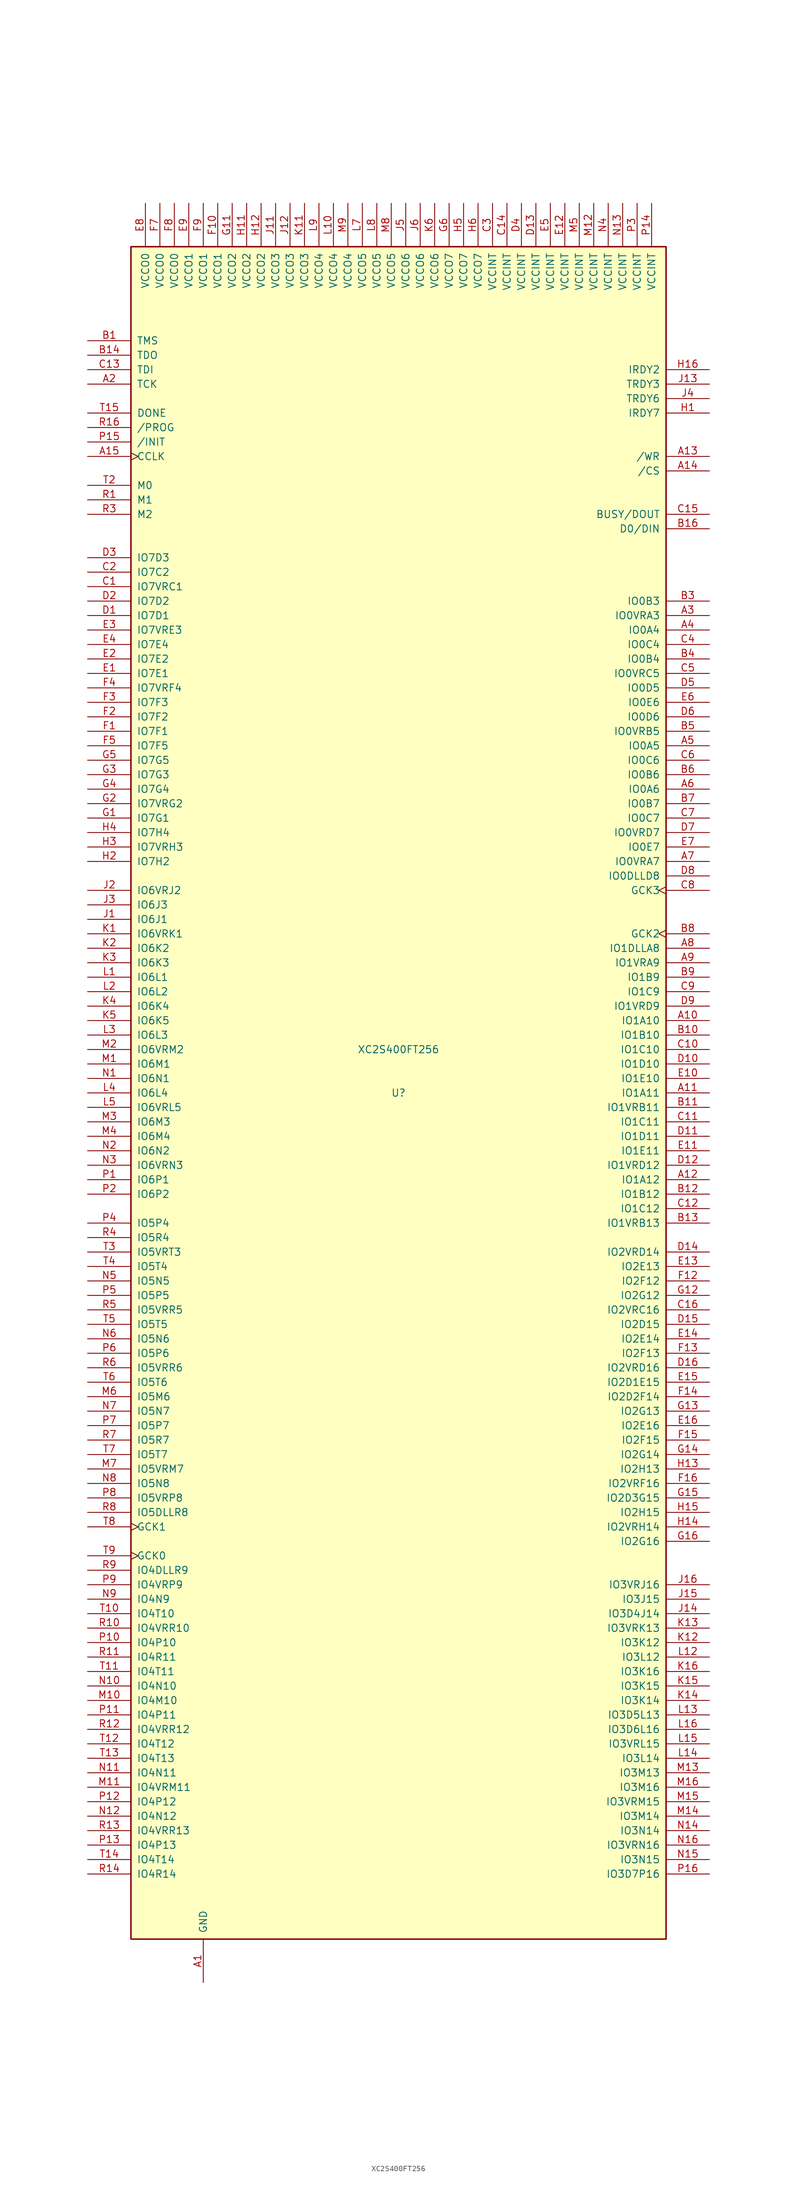
<source format=kicad_sym>
(kicad_symbol_lib
  (version 20220914)
  (generator kicad_symbol_editor)
  (symbol "XC2S400FT256"
    (pin_names
      (offset 1.016))
    (property "Reference" "U"
      (at 0 0 0)
      (effects (font (size 1.27 1.27))))
    (property "Value" "XC2S400FT256"
      (at 0 7.62 0)
      (effects (font (size 1.27 1.27))))
    (symbol "XC2S400FT256_0_1"
      (rectangle (start 46.99 -148.59) (end -46.99 148.59) (stroke (width 0.254) (type default)) (fill (type background))))
    (symbol "XC2S400FT256_1_1"
      (pin power_in line (at -34.29 -156.21 90) (length 7.62) (name "GND" (effects (font (size 1.27 1.27)))) (number "A1" (effects (font (size 1.27 1.27)))))
      (pin bidirectional line (at 54.61 12.7 180) (length 7.62) (name "IO1A10" (effects (font (size 1.27 1.27)))) (number "A10" (effects (font (size 1.27 1.27)))))
      (pin bidirectional line (at 54.61 0 180) (length 7.62) (name "IO1A11" (effects (font (size 1.27 1.27)))) (number "A11" (effects (font (size 1.27 1.27)))))
      (pin bidirectional line (at 54.61 -15.24 180) (length 7.62) (name "IO1A12" (effects (font (size 1.27 1.27)))) (number "A12" (effects (font (size 1.27 1.27)))))
      (pin bidirectional line (at 54.61 111.76 180) (length 7.62) (name "/WR" (effects (font (size 1.27 1.27)))) (number "A13" (effects (font (size 1.27 1.27)))))
      (pin bidirectional line (at 54.61 109.22 180) (length 7.62) (name "/CS" (effects (font (size 1.27 1.27)))) (number "A14" (effects (font (size 1.27 1.27)))))
      (pin bidirectional clock (at -54.61 111.76 0) (length 7.62) (name "CCLK" (effects (font (size 1.27 1.27)))) (number "A15" (effects (font (size 1.27 1.27)))))
      (pin passive line (at -34.29 -156.21 90) (length 7.62) hide (name "GND" (effects (font (size 1.27 1.27)))) (number "A16" (effects (font (size 1.27 1.27)))))
      (pin bidirectional line (at -54.61 124.46 0) (length 7.62) (name "TCK" (effects (font (size 1.27 1.27)))) (number "A2" (effects (font (size 1.27 1.27)))))
      (pin bidirectional line (at 54.61 83.82 180) (length 7.62) (name "IO0VRA3" (effects (font (size 1.27 1.27)))) (number "A3" (effects (font (size 1.27 1.27)))))
      (pin bidirectional line (at 54.61 81.28 180) (length 7.62) (name "IO0A4" (effects (font (size 1.27 1.27)))) (number "A4" (effects (font (size 1.27 1.27)))))
      (pin bidirectional line (at 54.61 60.96 180) (length 7.62) (name "IO0A5" (effects (font (size 1.27 1.27)))) (number "A5" (effects (font (size 1.27 1.27)))))
      (pin bidirectional line (at 54.61 53.34 180) (length 7.62) (name "IO0A6" (effects (font (size 1.27 1.27)))) (number "A6" (effects (font (size 1.27 1.27)))))
      (pin bidirectional line (at 54.61 40.64 180) (length 7.62) (name "IO0VRA7" (effects (font (size 1.27 1.27)))) (number "A7" (effects (font (size 1.27 1.27)))))
      (pin bidirectional line (at 54.61 25.4 180) (length 7.62) (name "IO1DLLA8" (effects (font (size 1.27 1.27)))) (number "A8" (effects (font (size 1.27 1.27)))))
      (pin bidirectional line (at 54.61 22.86 180) (length 7.62) (name "IO1VRA9" (effects (font (size 1.27 1.27)))) (number "A9" (effects (font (size 1.27 1.27)))))
      (pin bidirectional line (at -54.61 132.08 0) (length 7.62) (name "TMS" (effects (font (size 1.27 1.27)))) (number "B1" (effects (font (size 1.27 1.27)))))
      (pin bidirectional line (at 54.61 10.16 180) (length 7.62) (name "IO1B10" (effects (font (size 1.27 1.27)))) (number "B10" (effects (font (size 1.27 1.27)))))
      (pin bidirectional line (at 54.61 -2.54 180) (length 7.62) (name "IO1VRB11" (effects (font (size 1.27 1.27)))) (number "B11" (effects (font (size 1.27 1.27)))))
      (pin bidirectional line (at 54.61 -17.78 180) (length 7.62) (name "IO1B12" (effects (font (size 1.27 1.27)))) (number "B12" (effects (font (size 1.27 1.27)))))
      (pin bidirectional line (at 54.61 -22.86 180) (length 7.62) (name "IO1VRB13" (effects (font (size 1.27 1.27)))) (number "B13" (effects (font (size 1.27 1.27)))))
      (pin bidirectional line (at -54.61 129.54 0) (length 7.62) (name "TDO" (effects (font (size 1.27 1.27)))) (number "B14" (effects (font (size 1.27 1.27)))))
      (pin passive line (at -34.29 -156.21 90) (length 7.62) hide (name "GND" (effects (font (size 1.27 1.27)))) (number "B15" (effects (font (size 1.27 1.27)))))
      (pin bidirectional line (at 54.61 99.06 180) (length 7.62) (name "D0/DIN" (effects (font (size 1.27 1.27)))) (number "B16" (effects (font (size 1.27 1.27)))))
      (pin passive line (at -34.29 -156.21 90) (length 7.62) hide (name "GND" (effects (font (size 1.27 1.27)))) (number "B2" (effects (font (size 1.27 1.27)))))
      (pin bidirectional line (at 54.61 86.36 180) (length 7.62) (name "IO0B3" (effects (font (size 1.27 1.27)))) (number "B3" (effects (font (size 1.27 1.27)))))
      (pin bidirectional line (at 54.61 76.2 180) (length 7.62) (name "IO0B4" (effects (font (size 1.27 1.27)))) (number "B4" (effects (font (size 1.27 1.27)))))
      (pin bidirectional line (at 54.61 63.5 180) (length 7.62) (name "IO0VRB5" (effects (font (size 1.27 1.27)))) (number "B5" (effects (font (size 1.27 1.27)))))
      (pin bidirectional line (at 54.61 55.88 180) (length 7.62) (name "IO0B6" (effects (font (size 1.27 1.27)))) (number "B6" (effects (font (size 1.27 1.27)))))
      (pin bidirectional line (at 54.61 50.8 180) (length 7.62) (name "IO0B7" (effects (font (size 1.27 1.27)))) (number "B7" (effects (font (size 1.27 1.27)))))
      (pin input clock (at 54.61 27.94 180) (length 7.62) (name "GCK2" (effects (font (size 1.27 1.27)))) (number "B8" (effects (font (size 1.27 1.27)))))
      (pin bidirectional line (at 54.61 20.32 180) (length 7.62) (name "IO1B9" (effects (font (size 1.27 1.27)))) (number "B9" (effects (font (size 1.27 1.27)))))
      (pin bidirectional line (at -54.61 88.9 0) (length 7.62) (name "IO7VRC1" (effects (font (size 1.27 1.27)))) (number "C1" (effects (font (size 1.27 1.27)))))
      (pin bidirectional line (at 54.61 7.62 180) (length 7.62) (name "IO1C10" (effects (font (size 1.27 1.27)))) (number "C10" (effects (font (size 1.27 1.27)))))
      (pin bidirectional line (at 54.61 -5.08 180) (length 7.62) (name "IO1C11" (effects (font (size 1.27 1.27)))) (number "C11" (effects (font (size 1.27 1.27)))))
      (pin bidirectional line (at 54.61 -20.32 180) (length 7.62) (name "IO1C12" (effects (font (size 1.27 1.27)))) (number "C12" (effects (font (size 1.27 1.27)))))
      (pin bidirectional line (at -54.61 127 0) (length 7.62) (name "TDI" (effects (font (size 1.27 1.27)))) (number "C13" (effects (font (size 1.27 1.27)))))
      (pin power_in line (at 19.05 156.21 270) (length 7.62) (name "VCCINT" (effects (font (size 1.27 1.27)))) (number "C14" (effects (font (size 1.27 1.27)))))
      (pin bidirectional line (at 54.61 101.6 180) (length 7.62) (name "BUSY/DOUT" (effects (font (size 1.27 1.27)))) (number "C15" (effects (font (size 1.27 1.27)))))
      (pin bidirectional line (at 54.61 -38.1 180) (length 7.62) (name "IO2VRC16" (effects (font (size 1.27 1.27)))) (number "C16" (effects (font (size 1.27 1.27)))))
      (pin bidirectional line (at -54.61 91.44 0) (length 7.62) (name "IO7C2" (effects (font (size 1.27 1.27)))) (number "C2" (effects (font (size 1.27 1.27)))))
      (pin power_in line (at 16.51 156.21 270) (length 7.62) (name "VCCINT" (effects (font (size 1.27 1.27)))) (number "C3" (effects (font (size 1.27 1.27)))))
      (pin bidirectional line (at 54.61 78.74 180) (length 7.62) (name "IO0C4" (effects (font (size 1.27 1.27)))) (number "C4" (effects (font (size 1.27 1.27)))))
      (pin bidirectional line (at 54.61 73.66 180) (length 7.62) (name "IO0VRC5" (effects (font (size 1.27 1.27)))) (number "C5" (effects (font (size 1.27 1.27)))))
      (pin bidirectional line (at 54.61 58.42 180) (length 7.62) (name "IO0C6" (effects (font (size 1.27 1.27)))) (number "C6" (effects (font (size 1.27 1.27)))))
      (pin bidirectional line (at 54.61 48.26 180) (length 7.62) (name "IO0C7" (effects (font (size 1.27 1.27)))) (number "C7" (effects (font (size 1.27 1.27)))))
      (pin input clock (at 54.61 35.56 180) (length 7.62) (name "GCK3" (effects (font (size 1.27 1.27)))) (number "C8" (effects (font (size 1.27 1.27)))))
      (pin bidirectional line (at 54.61 17.78 180) (length 7.62) (name "IO1C9" (effects (font (size 1.27 1.27)))) (number "C9" (effects (font (size 1.27 1.27)))))
      (pin bidirectional line (at -54.61 83.82 0) (length 7.62) (name "IO7D1" (effects (font (size 1.27 1.27)))) (number "D1" (effects (font (size 1.27 1.27)))))
      (pin bidirectional line (at 54.61 5.08 180) (length 7.62) (name "IO1D10" (effects (font (size 1.27 1.27)))) (number "D10" (effects (font (size 1.27 1.27)))))
      (pin bidirectional line (at 54.61 -7.62 180) (length 7.62) (name "IO1D11" (effects (font (size 1.27 1.27)))) (number "D11" (effects (font (size 1.27 1.27)))))
      (pin bidirectional line (at 54.61 -12.7 180) (length 7.62) (name "IO1VRD12" (effects (font (size 1.27 1.27)))) (number "D12" (effects (font (size 1.27 1.27)))))
      (pin power_in line (at 24.13 156.21 270) (length 7.62) (name "VCCINT" (effects (font (size 1.27 1.27)))) (number "D13" (effects (font (size 1.27 1.27)))))
      (pin bidirectional line (at 54.61 -27.94 180) (length 7.62) (name "IO2VRD14" (effects (font (size 1.27 1.27)))) (number "D14" (effects (font (size 1.27 1.27)))))
      (pin bidirectional line (at 54.61 -40.64 180) (length 7.62) (name "IO2D15" (effects (font (size 1.27 1.27)))) (number "D15" (effects (font (size 1.27 1.27)))))
      (pin bidirectional line (at 54.61 -48.26 180) (length 7.62) (name "IO2VRD16" (effects (font (size 1.27 1.27)))) (number "D16" (effects (font (size 1.27 1.27)))))
      (pin bidirectional line (at -54.61 86.36 0) (length 7.62) (name "IO7D2" (effects (font (size 1.27 1.27)))) (number "D2" (effects (font (size 1.27 1.27)))))
      (pin bidirectional line (at -54.61 93.98 0) (length 7.62) (name "IO7D3" (effects (font (size 1.27 1.27)))) (number "D3" (effects (font (size 1.27 1.27)))))
      (pin power_in line (at 21.59 156.21 270) (length 7.62) (name "VCCINT" (effects (font (size 1.27 1.27)))) (number "D4" (effects (font (size 1.27 1.27)))))
      (pin bidirectional line (at 54.61 71.12 180) (length 7.62) (name "IO0D5" (effects (font (size 1.27 1.27)))) (number "D5" (effects (font (size 1.27 1.27)))))
      (pin bidirectional line (at 54.61 66.04 180) (length 7.62) (name "IO0D6" (effects (font (size 1.27 1.27)))) (number "D6" (effects (font (size 1.27 1.27)))))
      (pin bidirectional line (at 54.61 45.72 180) (length 7.62) (name "IO0VRD7" (effects (font (size 1.27 1.27)))) (number "D7" (effects (font (size 1.27 1.27)))))
      (pin bidirectional line (at 54.61 38.1 180) (length 7.62) (name "IO0DLLD8" (effects (font (size 1.27 1.27)))) (number "D8" (effects (font (size 1.27 1.27)))))
      (pin bidirectional line (at 54.61 15.24 180) (length 7.62) (name "IO1VRD9" (effects (font (size 1.27 1.27)))) (number "D9" (effects (font (size 1.27 1.27)))))
      (pin bidirectional line (at -54.61 73.66 0) (length 7.62) (name "IO7E1" (effects (font (size 1.27 1.27)))) (number "E1" (effects (font (size 1.27 1.27)))))
      (pin bidirectional line (at 54.61 2.54 180) (length 7.62) (name "IO1E10" (effects (font (size 1.27 1.27)))) (number "E10" (effects (font (size 1.27 1.27)))))
      (pin bidirectional line (at 54.61 -10.16 180) (length 7.62) (name "IO1E11" (effects (font (size 1.27 1.27)))) (number "E11" (effects (font (size 1.27 1.27)))))
      (pin power_in line (at 29.21 156.21 270) (length 7.62) (name "VCCINT" (effects (font (size 1.27 1.27)))) (number "E12" (effects (font (size 1.27 1.27)))))
      (pin bidirectional line (at 54.61 -30.48 180) (length 7.62) (name "IO2E13" (effects (font (size 1.27 1.27)))) (number "E13" (effects (font (size 1.27 1.27)))))
      (pin bidirectional line (at 54.61 -43.18 180) (length 7.62) (name "IO2E14" (effects (font (size 1.27 1.27)))) (number "E14" (effects (font (size 1.27 1.27)))))
      (pin bidirectional line (at 54.61 -50.8 180) (length 7.62) (name "IO2D1E15" (effects (font (size 1.27 1.27)))) (number "E15" (effects (font (size 1.27 1.27)))))
      (pin bidirectional line (at 54.61 -58.42 180) (length 7.62) (name "IO2E16" (effects (font (size 1.27 1.27)))) (number "E16" (effects (font (size 1.27 1.27)))))
      (pin bidirectional line (at -54.61 76.2 0) (length 7.62) (name "IO7E2" (effects (font (size 1.27 1.27)))) (number "E2" (effects (font (size 1.27 1.27)))))
      (pin bidirectional line (at -54.61 81.28 0) (length 7.62) (name "IO7VRE3" (effects (font (size 1.27 1.27)))) (number "E3" (effects (font (size 1.27 1.27)))))
      (pin bidirectional line (at -54.61 78.74 0) (length 7.62) (name "IO7E4" (effects (font (size 1.27 1.27)))) (number "E4" (effects (font (size 1.27 1.27)))))
      (pin power_in line (at 26.67 156.21 270) (length 7.62) (name "VCCINT" (effects (font (size 1.27 1.27)))) (number "E5" (effects (font (size 1.27 1.27)))))
      (pin bidirectional line (at 54.61 68.58 180) (length 7.62) (name "IO0E6" (effects (font (size 1.27 1.27)))) (number "E6" (effects (font (size 1.27 1.27)))))
      (pin bidirectional line (at 54.61 43.18 180) (length 7.62) (name "IO0E7" (effects (font (size 1.27 1.27)))) (number "E7" (effects (font (size 1.27 1.27)))))
      (pin power_in line (at -44.45 156.21 270) (length 7.62) (name "VCCO0" (effects (font (size 1.27 1.27)))) (number "E8" (effects (font (size 1.27 1.27)))))
      (pin power_in line (at -36.83 156.21 270) (length 7.62) (name "VCCO1" (effects (font (size 1.27 1.27)))) (number "E9" (effects (font (size 1.27 1.27)))))
      (pin bidirectional line (at -54.61 63.5 0) (length 7.62) (name "IO7F1" (effects (font (size 1.27 1.27)))) (number "F1" (effects (font (size 1.27 1.27)))))
      (pin power_in line (at -31.75 156.21 270) (length 7.62) (name "VCCO1" (effects (font (size 1.27 1.27)))) (number "F10" (effects (font (size 1.27 1.27)))))
      (pin passive line (at -34.29 -156.21 90) (length 7.62) hide (name "GND" (effects (font (size 1.27 1.27)))) (number "F11" (effects (font (size 1.27 1.27)))))
      (pin bidirectional line (at 54.61 -33.02 180) (length 7.62) (name "IO2F12" (effects (font (size 1.27 1.27)))) (number "F12" (effects (font (size 1.27 1.27)))))
      (pin bidirectional line (at 54.61 -45.72 180) (length 7.62) (name "IO2F13" (effects (font (size 1.27 1.27)))) (number "F13" (effects (font (size 1.27 1.27)))))
      (pin bidirectional line (at 54.61 -53.34 180) (length 7.62) (name "IO2D2F14" (effects (font (size 1.27 1.27)))) (number "F14" (effects (font (size 1.27 1.27)))))
      (pin bidirectional line (at 54.61 -60.96 180) (length 7.62) (name "IO2F15" (effects (font (size 1.27 1.27)))) (number "F15" (effects (font (size 1.27 1.27)))))
      (pin bidirectional line (at 54.61 -68.58 180) (length 7.62) (name "IO2VRF16" (effects (font (size 1.27 1.27)))) (number "F16" (effects (font (size 1.27 1.27)))))
      (pin bidirectional line (at -54.61 66.04 0) (length 7.62) (name "IO7F2" (effects (font (size 1.27 1.27)))) (number "F2" (effects (font (size 1.27 1.27)))))
      (pin bidirectional line (at -54.61 68.58 0) (length 7.62) (name "IO7F3" (effects (font (size 1.27 1.27)))) (number "F3" (effects (font (size 1.27 1.27)))))
      (pin bidirectional line (at -54.61 71.12 0) (length 7.62) (name "IO7VRF4" (effects (font (size 1.27 1.27)))) (number "F4" (effects (font (size 1.27 1.27)))))
      (pin bidirectional line (at -54.61 60.96 0) (length 7.62) (name "IO7F5" (effects (font (size 1.27 1.27)))) (number "F5" (effects (font (size 1.27 1.27)))))
      (pin passive line (at -34.29 -156.21 90) (length 7.62) hide (name "GND" (effects (font (size 1.27 1.27)))) (number "F6" (effects (font (size 1.27 1.27)))))
      (pin power_in line (at -41.91 156.21 270) (length 7.62) (name "VCCO0" (effects (font (size 1.27 1.27)))) (number "F7" (effects (font (size 1.27 1.27)))))
      (pin power_in line (at -39.37 156.21 270) (length 7.62) (name "VCCO0" (effects (font (size 1.27 1.27)))) (number "F8" (effects (font (size 1.27 1.27)))))
      (pin power_in line (at -34.29 156.21 270) (length 7.62) (name "VCCO1" (effects (font (size 1.27 1.27)))) (number "F9" (effects (font (size 1.27 1.27)))))
      (pin bidirectional line (at -54.61 48.26 0) (length 7.62) (name "IO7G1" (effects (font (size 1.27 1.27)))) (number "G1" (effects (font (size 1.27 1.27)))))
      (pin passive line (at -34.29 -156.21 90) (length 7.62) hide (name "GND" (effects (font (size 1.27 1.27)))) (number "G10" (effects (font (size 1.27 1.27)))))
      (pin power_in line (at -29.21 156.21 270) (length 7.62) (name "VCCO2" (effects (font (size 1.27 1.27)))) (number "G11" (effects (font (size 1.27 1.27)))))
      (pin bidirectional line (at 54.61 -35.56 180) (length 7.62) (name "IO2G12" (effects (font (size 1.27 1.27)))) (number "G12" (effects (font (size 1.27 1.27)))))
      (pin bidirectional line (at 54.61 -55.88 180) (length 7.62) (name "IO2G13" (effects (font (size 1.27 1.27)))) (number "G13" (effects (font (size 1.27 1.27)))))
      (pin bidirectional line (at 54.61 -63.5 180) (length 7.62) (name "IO2G14" (effects (font (size 1.27 1.27)))) (number "G14" (effects (font (size 1.27 1.27)))))
      (pin bidirectional line (at 54.61 -71.12 180) (length 7.62) (name "IO2D3G15" (effects (font (size 1.27 1.27)))) (number "G15" (effects (font (size 1.27 1.27)))))
      (pin bidirectional line (at 54.61 -78.74 180) (length 7.62) (name "IO2G16" (effects (font (size 1.27 1.27)))) (number "G16" (effects (font (size 1.27 1.27)))))
      (pin bidirectional line (at -54.61 50.8 0) (length 7.62) (name "IO7VRG2" (effects (font (size 1.27 1.27)))) (number "G2" (effects (font (size 1.27 1.27)))))
      (pin bidirectional line (at -54.61 55.88 0) (length 7.62) (name "IO7G3" (effects (font (size 1.27 1.27)))) (number "G3" (effects (font (size 1.27 1.27)))))
      (pin bidirectional line (at -54.61 53.34 0) (length 7.62) (name "IO7G4" (effects (font (size 1.27 1.27)))) (number "G4" (effects (font (size 1.27 1.27)))))
      (pin bidirectional line (at -54.61 58.42 0) (length 7.62) (name "IO7G5" (effects (font (size 1.27 1.27)))) (number "G5" (effects (font (size 1.27 1.27)))))
      (pin power_in line (at 8.89 156.21 270) (length 7.62) (name "VCCO7" (effects (font (size 1.27 1.27)))) (number "G6" (effects (font (size 1.27 1.27)))))
      (pin passive line (at -34.29 -156.21 90) (length 7.62) hide (name "GND" (effects (font (size 1.27 1.27)))) (number "G7" (effects (font (size 1.27 1.27)))))
      (pin passive line (at -34.29 -156.21 90) (length 7.62) hide (name "GND" (effects (font (size 1.27 1.27)))) (number "G8" (effects (font (size 1.27 1.27)))))
      (pin passive line (at -34.29 -156.21 90) (length 7.62) hide (name "GND" (effects (font (size 1.27 1.27)))) (number "G9" (effects (font (size 1.27 1.27)))))
      (pin bidirectional line (at 54.61 119.38 180) (length 7.62) (name "IRDY7" (effects (font (size 1.27 1.27)))) (number "H1" (effects (font (size 1.27 1.27)))))
      (pin passive line (at -34.29 -156.21 90) (length 7.62) hide (name "GND" (effects (font (size 1.27 1.27)))) (number "H10" (effects (font (size 1.27 1.27)))))
      (pin power_in line (at -26.67 156.21 270) (length 7.62) (name "VCCO2" (effects (font (size 1.27 1.27)))) (number "H11" (effects (font (size 1.27 1.27)))))
      (pin power_in line (at -24.13 156.21 270) (length 7.62) (name "VCCO2" (effects (font (size 1.27 1.27)))) (number "H12" (effects (font (size 1.27 1.27)))))
      (pin bidirectional line (at 54.61 -66.04 180) (length 7.62) (name "IO2H13" (effects (font (size 1.27 1.27)))) (number "H13" (effects (font (size 1.27 1.27)))))
      (pin bidirectional line (at 54.61 -76.2 180) (length 7.62) (name "IO2VRH14" (effects (font (size 1.27 1.27)))) (number "H14" (effects (font (size 1.27 1.27)))))
      (pin bidirectional line (at 54.61 -73.66 180) (length 7.62) (name "IO2H15" (effects (font (size 1.27 1.27)))) (number "H15" (effects (font (size 1.27 1.27)))))
      (pin bidirectional line (at 54.61 127 180) (length 7.62) (name "IRDY2" (effects (font (size 1.27 1.27)))) (number "H16" (effects (font (size 1.27 1.27)))))
      (pin bidirectional line (at -54.61 40.64 0) (length 7.62) (name "IO7H2" (effects (font (size 1.27 1.27)))) (number "H2" (effects (font (size 1.27 1.27)))))
      (pin bidirectional line (at -54.61 43.18 0) (length 7.62) (name "IO7VRH3" (effects (font (size 1.27 1.27)))) (number "H3" (effects (font (size 1.27 1.27)))))
      (pin bidirectional line (at -54.61 45.72 0) (length 7.62) (name "IO7H4" (effects (font (size 1.27 1.27)))) (number "H4" (effects (font (size 1.27 1.27)))))
      (pin power_in line (at 11.43 156.21 270) (length 7.62) (name "VCCO7" (effects (font (size 1.27 1.27)))) (number "H5" (effects (font (size 1.27 1.27)))))
      (pin power_in line (at 13.97 156.21 270) (length 7.62) (name "VCCO7" (effects (font (size 1.27 1.27)))) (number "H6" (effects (font (size 1.27 1.27)))))
      (pin passive line (at -34.29 -156.21 90) (length 7.62) hide (name "GND" (effects (font (size 1.27 1.27)))) (number "H7" (effects (font (size 1.27 1.27)))))
      (pin passive line (at -34.29 -156.21 90) (length 7.62) hide (name "GND" (effects (font (size 1.27 1.27)))) (number "H8" (effects (font (size 1.27 1.27)))))
      (pin passive line (at -34.29 -156.21 90) (length 7.62) hide (name "GND" (effects (font (size 1.27 1.27)))) (number "H9" (effects (font (size 1.27 1.27)))))
      (pin bidirectional line (at -54.61 30.48 0) (length 7.62) (name "IO6J1" (effects (font (size 1.27 1.27)))) (number "J1" (effects (font (size 1.27 1.27)))))
      (pin passive line (at -34.29 -156.21 90) (length 7.62) hide (name "GND" (effects (font (size 1.27 1.27)))) (number "J10" (effects (font (size 1.27 1.27)))))
      (pin power_in line (at -21.59 156.21 270) (length 7.62) (name "VCCO3" (effects (font (size 1.27 1.27)))) (number "J11" (effects (font (size 1.27 1.27)))))
      (pin power_in line (at -19.05 156.21 270) (length 7.62) (name "VCCO3" (effects (font (size 1.27 1.27)))) (number "J12" (effects (font (size 1.27 1.27)))))
      (pin bidirectional line (at 54.61 124.46 180) (length 7.62) (name "TRDY3" (effects (font (size 1.27 1.27)))) (number "J13" (effects (font (size 1.27 1.27)))))
      (pin bidirectional line (at 54.61 -91.44 180) (length 7.62) (name "IO3D4J14" (effects (font (size 1.27 1.27)))) (number "J14" (effects (font (size 1.27 1.27)))))
      (pin bidirectional line (at 54.61 -88.9 180) (length 7.62) (name "IO3J15" (effects (font (size 1.27 1.27)))) (number "J15" (effects (font (size 1.27 1.27)))))
      (pin bidirectional line (at 54.61 -86.36 180) (length 7.62) (name "IO3VRJ16" (effects (font (size 1.27 1.27)))) (number "J16" (effects (font (size 1.27 1.27)))))
      (pin bidirectional line (at -54.61 35.56 0) (length 7.62) (name "IO6VRJ2" (effects (font (size 1.27 1.27)))) (number "J2" (effects (font (size 1.27 1.27)))))
      (pin bidirectional line (at -54.61 33.02 0) (length 7.62) (name "IO6J3" (effects (font (size 1.27 1.27)))) (number "J3" (effects (font (size 1.27 1.27)))))
      (pin bidirectional line (at 54.61 121.92 180) (length 7.62) (name "TRDY6" (effects (font (size 1.27 1.27)))) (number "J4" (effects (font (size 1.27 1.27)))))
      (pin power_in line (at 1.27 156.21 270) (length 7.62) (name "VCCO6" (effects (font (size 1.27 1.27)))) (number "J5" (effects (font (size 1.27 1.27)))))
      (pin power_in line (at 3.81 156.21 270) (length 7.62) (name "VCCO6" (effects (font (size 1.27 1.27)))) (number "J6" (effects (font (size 1.27 1.27)))))
      (pin passive line (at -34.29 -156.21 90) (length 7.62) hide (name "GND" (effects (font (size 1.27 1.27)))) (number "J7" (effects (font (size 1.27 1.27)))))
      (pin passive line (at -34.29 -156.21 90) (length 7.62) hide (name "GND" (effects (font (size 1.27 1.27)))) (number "J8" (effects (font (size 1.27 1.27)))))
      (pin passive line (at -34.29 -156.21 90) (length 7.62) hide (name "GND" (effects (font (size 1.27 1.27)))) (number "J9" (effects (font (size 1.27 1.27)))))
      (pin bidirectional line (at -54.61 27.94 0) (length 7.62) (name "IO6VRK1" (effects (font (size 1.27 1.27)))) (number "K1" (effects (font (size 1.27 1.27)))))
      (pin passive line (at -34.29 -156.21 90) (length 7.62) hide (name "GND" (effects (font (size 1.27 1.27)))) (number "K10" (effects (font (size 1.27 1.27)))))
      (pin power_in line (at -16.51 156.21 270) (length 7.62) (name "VCCO3" (effects (font (size 1.27 1.27)))) (number "K11" (effects (font (size 1.27 1.27)))))
      (pin bidirectional line (at 54.61 -96.52 180) (length 7.62) (name "IO3K12" (effects (font (size 1.27 1.27)))) (number "K12" (effects (font (size 1.27 1.27)))))
      (pin bidirectional line (at 54.61 -93.98 180) (length 7.62) (name "IO3VRK13" (effects (font (size 1.27 1.27)))) (number "K13" (effects (font (size 1.27 1.27)))))
      (pin bidirectional line (at 54.61 -106.68 180) (length 7.62) (name "IO3K14" (effects (font (size 1.27 1.27)))) (number "K14" (effects (font (size 1.27 1.27)))))
      (pin bidirectional line (at 54.61 -104.14 180) (length 7.62) (name "IO3K15" (effects (font (size 1.27 1.27)))) (number "K15" (effects (font (size 1.27 1.27)))))
      (pin bidirectional line (at 54.61 -101.6 180) (length 7.62) (name "IO3K16" (effects (font (size 1.27 1.27)))) (number "K16" (effects (font (size 1.27 1.27)))))
      (pin bidirectional line (at -54.61 25.4 0) (length 7.62) (name "IO6K2" (effects (font (size 1.27 1.27)))) (number "K2" (effects (font (size 1.27 1.27)))))
      (pin bidirectional line (at -54.61 22.86 0) (length 7.62) (name "IO6K3" (effects (font (size 1.27 1.27)))) (number "K3" (effects (font (size 1.27 1.27)))))
      (pin bidirectional line (at -54.61 15.24 0) (length 7.62) (name "IO6K4" (effects (font (size 1.27 1.27)))) (number "K4" (effects (font (size 1.27 1.27)))))
      (pin bidirectional line (at -54.61 12.7 0) (length 7.62) (name "IO6K5" (effects (font (size 1.27 1.27)))) (number "K5" (effects (font (size 1.27 1.27)))))
      (pin power_in line (at 6.35 156.21 270) (length 7.62) (name "VCCO6" (effects (font (size 1.27 1.27)))) (number "K6" (effects (font (size 1.27 1.27)))))
      (pin passive line (at -34.29 -156.21 90) (length 7.62) hide (name "GND" (effects (font (size 1.27 1.27)))) (number "K7" (effects (font (size 1.27 1.27)))))
      (pin passive line (at -34.29 -156.21 90) (length 7.62) hide (name "GND" (effects (font (size 1.27 1.27)))) (number "K8" (effects (font (size 1.27 1.27)))))
      (pin passive line (at -34.29 -156.21 90) (length 7.62) hide (name "GND" (effects (font (size 1.27 1.27)))) (number "K9" (effects (font (size 1.27 1.27)))))
      (pin bidirectional line (at -54.61 20.32 0) (length 7.62) (name "IO6L1" (effects (font (size 1.27 1.27)))) (number "L1" (effects (font (size 1.27 1.27)))))
      (pin power_in line (at -11.43 156.21 270) (length 7.62) (name "VCCO4" (effects (font (size 1.27 1.27)))) (number "L10" (effects (font (size 1.27 1.27)))))
      (pin passive line (at -34.29 -156.21 90) (length 7.62) hide (name "GND" (effects (font (size 1.27 1.27)))) (number "L11" (effects (font (size 1.27 1.27)))))
      (pin bidirectional line (at 54.61 -99.06 180) (length 7.62) (name "IO3L12" (effects (font (size 1.27 1.27)))) (number "L12" (effects (font (size 1.27 1.27)))))
      (pin bidirectional line (at 54.61 -109.22 180) (length 7.62) (name "IO3D5L13" (effects (font (size 1.27 1.27)))) (number "L13" (effects (font (size 1.27 1.27)))))
      (pin bidirectional line (at 54.61 -116.84 180) (length 7.62) (name "IO3L14" (effects (font (size 1.27 1.27)))) (number "L14" (effects (font (size 1.27 1.27)))))
      (pin bidirectional line (at 54.61 -114.3 180) (length 7.62) (name "IO3VRL15" (effects (font (size 1.27 1.27)))) (number "L15" (effects (font (size 1.27 1.27)))))
      (pin bidirectional line (at 54.61 -111.76 180) (length 7.62) (name "IO3D6L16" (effects (font (size 1.27 1.27)))) (number "L16" (effects (font (size 1.27 1.27)))))
      (pin bidirectional line (at -54.61 17.78 0) (length 7.62) (name "IO6L2" (effects (font (size 1.27 1.27)))) (number "L2" (effects (font (size 1.27 1.27)))))
      (pin bidirectional line (at -54.61 10.16 0) (length 7.62) (name "IO6L3" (effects (font (size 1.27 1.27)))) (number "L3" (effects (font (size 1.27 1.27)))))
      (pin bidirectional line (at -54.61 0 0) (length 7.62) (name "IO6L4" (effects (font (size 1.27 1.27)))) (number "L4" (effects (font (size 1.27 1.27)))))
      (pin bidirectional line (at -54.61 -2.54 0) (length 7.62) (name "IO6VRL5" (effects (font (size 1.27 1.27)))) (number "L5" (effects (font (size 1.27 1.27)))))
      (pin passive line (at -34.29 -156.21 90) (length 7.62) hide (name "GND" (effects (font (size 1.27 1.27)))) (number "L6" (effects (font (size 1.27 1.27)))))
      (pin power_in line (at -6.35 156.21 270) (length 7.62) (name "VCCO5" (effects (font (size 1.27 1.27)))) (number "L7" (effects (font (size 1.27 1.27)))))
      (pin power_in line (at -3.81 156.21 270) (length 7.62) (name "VCCO5" (effects (font (size 1.27 1.27)))) (number "L8" (effects (font (size 1.27 1.27)))))
      (pin passive line (at -13.97 156.21 270) (length 7.62) (name "VCCO4" (effects (font (size 1.27 1.27)))) (number "L9" (effects (font (size 1.27 1.27)))))
      (pin bidirectional line (at -54.61 5.08 0) (length 7.62) (name "IO6M1" (effects (font (size 1.27 1.27)))) (number "M1" (effects (font (size 1.27 1.27)))))
      (pin bidirectional line (at -54.61 -106.68 0) (length 7.62) (name "IO4M10" (effects (font (size 1.27 1.27)))) (number "M10" (effects (font (size 1.27 1.27)))))
      (pin bidirectional line (at -54.61 -121.92 0) (length 7.62) (name "IO4VRM11" (effects (font (size 1.27 1.27)))) (number "M11" (effects (font (size 1.27 1.27)))))
      (pin power_in line (at 34.29 156.21 270) (length 7.62) (name "VCCINT" (effects (font (size 1.27 1.27)))) (number "M12" (effects (font (size 1.27 1.27)))))
      (pin bidirectional line (at 54.61 -119.38 180) (length 7.62) (name "IO3M13" (effects (font (size 1.27 1.27)))) (number "M13" (effects (font (size 1.27 1.27)))))
      (pin bidirectional line (at 54.61 -127 180) (length 7.62) (name "IO3M14" (effects (font (size 1.27 1.27)))) (number "M14" (effects (font (size 1.27 1.27)))))
      (pin bidirectional line (at 54.61 -124.46 180) (length 7.62) (name "IO3VRM15" (effects (font (size 1.27 1.27)))) (number "M15" (effects (font (size 1.27 1.27)))))
      (pin bidirectional line (at 54.61 -121.92 180) (length 7.62) (name "IO3M16" (effects (font (size 1.27 1.27)))) (number "M16" (effects (font (size 1.27 1.27)))))
      (pin bidirectional line (at -54.61 7.62 0) (length 7.62) (name "IO6VRM2" (effects (font (size 1.27 1.27)))) (number "M2" (effects (font (size 1.27 1.27)))))
      (pin bidirectional line (at -54.61 -5.08 0) (length 7.62) (name "IO6M3" (effects (font (size 1.27 1.27)))) (number "M3" (effects (font (size 1.27 1.27)))))
      (pin bidirectional line (at -54.61 -7.62 0) (length 7.62) (name "IO6M4" (effects (font (size 1.27 1.27)))) (number "M4" (effects (font (size 1.27 1.27)))))
      (pin power_in line (at 31.75 156.21 270) (length 7.62) (name "VCCINT" (effects (font (size 1.27 1.27)))) (number "M5" (effects (font (size 1.27 1.27)))))
      (pin bidirectional line (at -54.61 -53.34 0) (length 7.62) (name "IO5M6" (effects (font (size 1.27 1.27)))) (number "M6" (effects (font (size 1.27 1.27)))))
      (pin bidirectional line (at -54.61 -66.04 0) (length 7.62) (name "IO5VRM7" (effects (font (size 1.27 1.27)))) (number "M7" (effects (font (size 1.27 1.27)))))
      (pin power_in line (at -1.27 156.21 270) (length 7.62) (name "VCCO5" (effects (font (size 1.27 1.27)))) (number "M8" (effects (font (size 1.27 1.27)))))
      (pin power_in line (at -8.89 156.21 270) (length 7.62) (name "VCCO4" (effects (font (size 1.27 1.27)))) (number "M9" (effects (font (size 1.27 1.27)))))
      (pin bidirectional line (at -54.61 2.54 0) (length 7.62) (name "IO6N1" (effects (font (size 1.27 1.27)))) (number "N1" (effects (font (size 1.27 1.27)))))
      (pin bidirectional line (at -54.61 -104.14 0) (length 7.62) (name "IO4N10" (effects (font (size 1.27 1.27)))) (number "N10" (effects (font (size 1.27 1.27)))))
      (pin bidirectional line (at -54.61 -119.38 0) (length 7.62) (name "IO4N11" (effects (font (size 1.27 1.27)))) (number "N11" (effects (font (size 1.27 1.27)))))
      (pin bidirectional line (at -54.61 -127 0) (length 7.62) (name "IO4N12" (effects (font (size 1.27 1.27)))) (number "N12" (effects (font (size 1.27 1.27)))))
      (pin power_in line (at 39.37 156.21 270) (length 7.62) (name "VCCINT" (effects (font (size 1.27 1.27)))) (number "N13" (effects (font (size 1.27 1.27)))))
      (pin bidirectional line (at 54.61 -129.54 180) (length 7.62) (name "IO3N14" (effects (font (size 1.27 1.27)))) (number "N14" (effects (font (size 1.27 1.27)))))
      (pin bidirectional line (at 54.61 -134.62 180) (length 7.62) (name "IO3N15" (effects (font (size 1.27 1.27)))) (number "N15" (effects (font (size 1.27 1.27)))))
      (pin bidirectional line (at 54.61 -132.08 180) (length 7.62) (name "IO3VRN16" (effects (font (size 1.27 1.27)))) (number "N16" (effects (font (size 1.27 1.27)))))
      (pin bidirectional line (at -54.61 -10.16 0) (length 7.62) (name "IO6N2" (effects (font (size 1.27 1.27)))) (number "N2" (effects (font (size 1.27 1.27)))))
      (pin bidirectional line (at -54.61 -12.7 0) (length 7.62) (name "IO6VRN3" (effects (font (size 1.27 1.27)))) (number "N3" (effects (font (size 1.27 1.27)))))
      (pin power_in line (at 36.83 156.21 270) (length 7.62) (name "VCCINT" (effects (font (size 1.27 1.27)))) (number "N4" (effects (font (size 1.27 1.27)))))
      (pin bidirectional line (at -54.61 -33.02 0) (length 7.62) (name "IO5N5" (effects (font (size 1.27 1.27)))) (number "N5" (effects (font (size 1.27 1.27)))))
      (pin bidirectional line (at -54.61 -43.18 0) (length 7.62) (name "IO5N6" (effects (font (size 1.27 1.27)))) (number "N6" (effects (font (size 1.27 1.27)))))
      (pin bidirectional line (at -54.61 -55.88 0) (length 7.62) (name "IO5N7" (effects (font (size 1.27 1.27)))) (number "N7" (effects (font (size 1.27 1.27)))))
      (pin bidirectional line (at -54.61 -68.58 0) (length 7.62) (name "IO5N8" (effects (font (size 1.27 1.27)))) (number "N8" (effects (font (size 1.27 1.27)))))
      (pin bidirectional line (at -54.61 -88.9 0) (length 7.62) (name "IO4N9" (effects (font (size 1.27 1.27)))) (number "N9" (effects (font (size 1.27 1.27)))))
      (pin bidirectional line (at -54.61 -15.24 0) (length 7.62) (name "IO6P1" (effects (font (size 1.27 1.27)))) (number "P1" (effects (font (size 1.27 1.27)))))
      (pin bidirectional line (at -54.61 -96.52 0) (length 7.62) (name "IO4P10" (effects (font (size 1.27 1.27)))) (number "P10" (effects (font (size 1.27 1.27)))))
      (pin bidirectional line (at -54.61 -109.22 0) (length 7.62) (name "IO4P11" (effects (font (size 1.27 1.27)))) (number "P11" (effects (font (size 1.27 1.27)))))
      (pin bidirectional line (at -54.61 -124.46 0) (length 7.62) (name "IO4P12" (effects (font (size 1.27 1.27)))) (number "P12" (effects (font (size 1.27 1.27)))))
      (pin bidirectional line (at -54.61 -132.08 0) (length 7.62) (name "IO4P13" (effects (font (size 1.27 1.27)))) (number "P13" (effects (font (size 1.27 1.27)))))
      (pin power_in line (at 44.45 156.21 270) (length 7.62) (name "VCCINT" (effects (font (size 1.27 1.27)))) (number "P14" (effects (font (size 1.27 1.27)))))
      (pin bidirectional line (at -54.61 114.3 0) (length 7.62) (name "/INIT" (effects (font (size 1.27 1.27)))) (number "P15" (effects (font (size 1.27 1.27)))))
      (pin bidirectional line (at 54.61 -137.16 180) (length 7.62) (name "IO3D7P16" (effects (font (size 1.27 1.27)))) (number "P16" (effects (font (size 1.27 1.27)))))
      (pin bidirectional line (at -54.61 -17.78 0) (length 7.62) (name "IO6P2" (effects (font (size 1.27 1.27)))) (number "P2" (effects (font (size 1.27 1.27)))))
      (pin power_in line (at 41.91 156.21 270) (length 7.62) (name "VCCINT" (effects (font (size 1.27 1.27)))) (number "P3" (effects (font (size 1.27 1.27)))))
      (pin bidirectional line (at -54.61 -22.86 0) (length 7.62) (name "IO5P4" (effects (font (size 1.27 1.27)))) (number "P4" (effects (font (size 1.27 1.27)))))
      (pin bidirectional line (at -54.61 -35.56 0) (length 7.62) (name "IO5P5" (effects (font (size 1.27 1.27)))) (number "P5" (effects (font (size 1.27 1.27)))))
      (pin bidirectional line (at -54.61 -45.72 0) (length 7.62) (name "IO5P6" (effects (font (size 1.27 1.27)))) (number "P6" (effects (font (size 1.27 1.27)))))
      (pin bidirectional line (at -54.61 -58.42 0) (length 7.62) (name "IO5P7" (effects (font (size 1.27 1.27)))) (number "P7" (effects (font (size 1.27 1.27)))))
      (pin bidirectional line (at -54.61 -71.12 0) (length 7.62) (name "IO5VRP8" (effects (font (size 1.27 1.27)))) (number "P8" (effects (font (size 1.27 1.27)))))
      (pin bidirectional line (at -54.61 -86.36 0) (length 7.62) (name "IO4VRP9" (effects (font (size 1.27 1.27)))) (number "P9" (effects (font (size 1.27 1.27)))))
      (pin input line (at -54.61 104.14 0) (length 7.62) (name "M1" (effects (font (size 1.27 1.27)))) (number "R1" (effects (font (size 1.27 1.27)))))
      (pin bidirectional line (at -54.61 -93.98 0) (length 7.62) (name "IO4VRR10" (effects (font (size 1.27 1.27)))) (number "R10" (effects (font (size 1.27 1.27)))))
      (pin bidirectional line (at -54.61 -99.06 0) (length 7.62) (name "IO4R11" (effects (font (size 1.27 1.27)))) (number "R11" (effects (font (size 1.27 1.27)))))
      (pin bidirectional line (at -54.61 -111.76 0) (length 7.62) (name "IO4VRR12" (effects (font (size 1.27 1.27)))) (number "R12" (effects (font (size 1.27 1.27)))))
      (pin bidirectional line (at -54.61 -129.54 0) (length 7.62) (name "IO4VRR13" (effects (font (size 1.27 1.27)))) (number "R13" (effects (font (size 1.27 1.27)))))
      (pin bidirectional line (at -54.61 -137.16 0) (length 7.62) (name "IO4R14" (effects (font (size 1.27 1.27)))) (number "R14" (effects (font (size 1.27 1.27)))))
      (pin passive line (at -34.29 -156.21 90) (length 7.62) hide (name "GND" (effects (font (size 1.27 1.27)))) (number "R15" (effects (font (size 1.27 1.27)))))
      (pin input line (at -54.61 116.84 0) (length 7.62) (name "/PROG" (effects (font (size 1.27 1.27)))) (number "R16" (effects (font (size 1.27 1.27)))))
      (pin passive line (at -34.29 -156.21 90) (length 7.62) hide (name "GND" (effects (font (size 1.27 1.27)))) (number "R2" (effects (font (size 1.27 1.27)))))
      (pin input line (at -54.61 101.6 0) (length 7.62) (name "M2" (effects (font (size 1.27 1.27)))) (number "R3" (effects (font (size 1.27 1.27)))))
      (pin bidirectional line (at -54.61 -25.4 0) (length 7.62) (name "IO5R4" (effects (font (size 1.27 1.27)))) (number "R4" (effects (font (size 1.27 1.27)))))
      (pin bidirectional line (at -54.61 -38.1 0) (length 7.62) (name "IO5VRR5" (effects (font (size 1.27 1.27)))) (number "R5" (effects (font (size 1.27 1.27)))))
      (pin bidirectional line (at -54.61 -48.26 0) (length 7.62) (name "IO5VRR6" (effects (font (size 1.27 1.27)))) (number "R6" (effects (font (size 1.27 1.27)))))
      (pin bidirectional line (at -54.61 -60.96 0) (length 7.62) (name "IO5R7" (effects (font (size 1.27 1.27)))) (number "R7" (effects (font (size 1.27 1.27)))))
      (pin bidirectional line (at -54.61 -73.66 0) (length 7.62) (name "IO5DLLR8" (effects (font (size 1.27 1.27)))) (number "R8" (effects (font (size 1.27 1.27)))))
      (pin bidirectional line (at -54.61 -83.82 0) (length 7.62) (name "IO4DLLR9" (effects (font (size 1.27 1.27)))) (number "R9" (effects (font (size 1.27 1.27)))))
      (pin passive line (at -34.29 -156.21 90) (length 7.62) hide (name "GND" (effects (font (size 1.27 1.27)))) (number "T1" (effects (font (size 1.27 1.27)))))
      (pin bidirectional line (at -54.61 -91.44 0) (length 7.62) (name "IO4T10" (effects (font (size 1.27 1.27)))) (number "T10" (effects (font (size 1.27 1.27)))))
      (pin bidirectional line (at -54.61 -101.6 0) (length 7.62) (name "IO4T11" (effects (font (size 1.27 1.27)))) (number "T11" (effects (font (size 1.27 1.27)))))
      (pin bidirectional line (at -54.61 -114.3 0) (length 7.62) (name "IO4T12" (effects (font (size 1.27 1.27)))) (number "T12" (effects (font (size 1.27 1.27)))))
      (pin bidirectional line (at -54.61 -116.84 0) (length 7.62) (name "IO4T13" (effects (font (size 1.27 1.27)))) (number "T13" (effects (font (size 1.27 1.27)))))
      (pin bidirectional line (at -54.61 -134.62 0) (length 7.62) (name "IO4T14" (effects (font (size 1.27 1.27)))) (number "T14" (effects (font (size 1.27 1.27)))))
      (pin bidirectional line (at -54.61 119.38 0) (length 7.62) (name "DONE" (effects (font (size 1.27 1.27)))) (number "T15" (effects (font (size 1.27 1.27)))))
      (pin passive line (at -34.29 -156.21 90) (length 7.62) hide (name "GND" (effects (font (size 1.27 1.27)))) (number "T16" (effects (font (size 1.27 1.27)))))
      (pin input line (at -54.61 106.68 0) (length 7.62) (name "M0" (effects (font (size 1.27 1.27)))) (number "T2" (effects (font (size 1.27 1.27)))))
      (pin bidirectional line (at -54.61 -27.94 0) (length 7.62) (name "IO5VRT3" (effects (font (size 1.27 1.27)))) (number "T3" (effects (font (size 1.27 1.27)))))
      (pin bidirectional line (at -54.61 -30.48 0) (length 7.62) (name "IO5T4" (effects (font (size 1.27 1.27)))) (number "T4" (effects (font (size 1.27 1.27)))))
      (pin bidirectional line (at -54.61 -40.64 0) (length 7.62) (name "IO5T5" (effects (font (size 1.27 1.27)))) (number "T5" (effects (font (size 1.27 1.27)))))
      (pin bidirectional line (at -54.61 -50.8 0) (length 7.62) (name "IO5T6" (effects (font (size 1.27 1.27)))) (number "T6" (effects (font (size 1.27 1.27)))))
      (pin bidirectional line (at -54.61 -63.5 0) (length 7.62) (name "IO5T7" (effects (font (size 1.27 1.27)))) (number "T7" (effects (font (size 1.27 1.27)))))
      (pin input clock (at -54.61 -76.2 0) (length 7.62) (name "GCK1" (effects (font (size 1.27 1.27)))) (number "T8" (effects (font (size 1.27 1.27)))))
      (pin input clock (at -54.61 -81.28 0) (length 7.62) (name "GCK0" (effects (font (size 1.27 1.27)))) (number "T9" (effects (font (size 1.27 1.27))))))))
</source>
